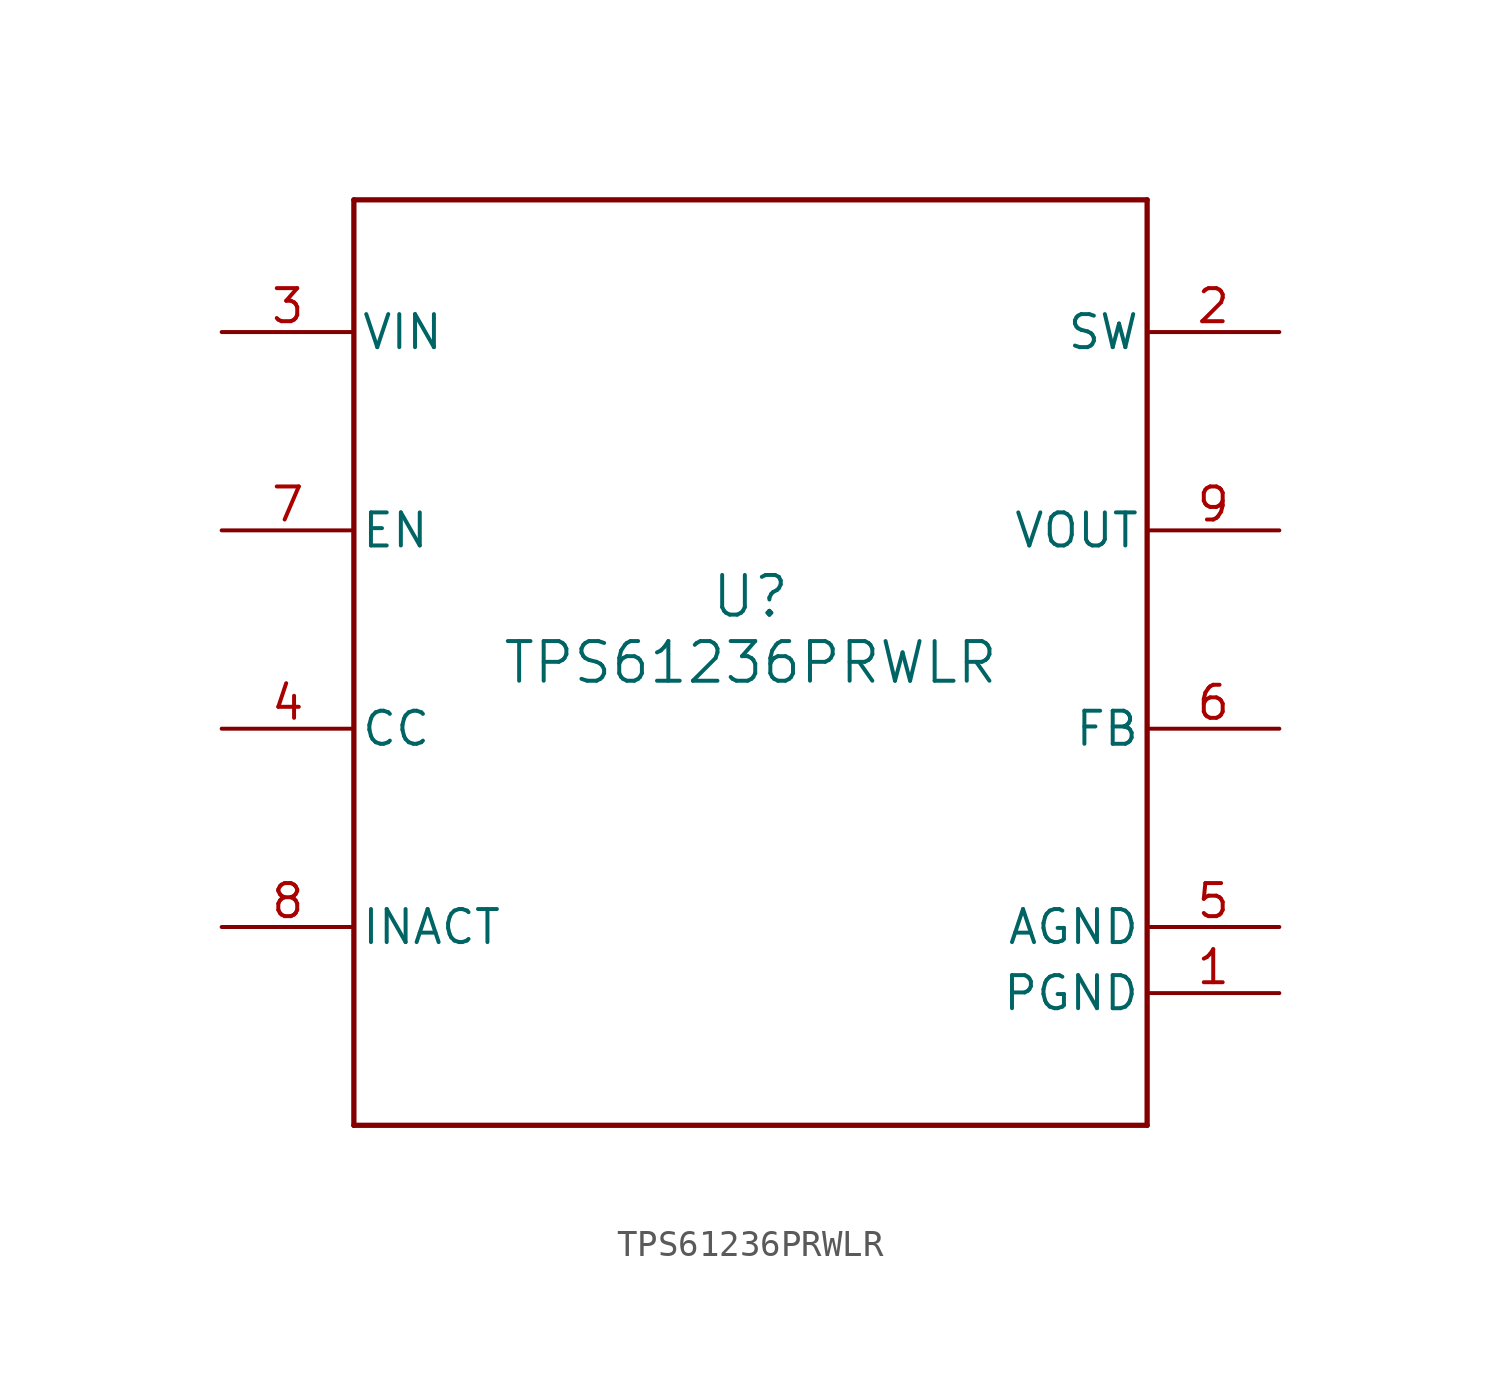
<source format=kicad_sym>
(kicad_symbol_lib
  (version 20211014)
  (generator kicad_symbol_editor)
  (symbol "TPS61236PRWLR"
    (pin_names
      (offset 0.254))
    (property "Reference" "U"
      (at 0 2.54 0)
      (effects (font (size 1.524 1.524))))
    (property "Value" "TPS61236PRWLR"
      (at 0 0 0)
      (effects (font (size 1.524 1.524))))
    (symbol "TPS61236PRWLR_0_1"
      (polyline (pts (xy -15.24 -17.78) (xy 15.24 -17.78)) (stroke (width 0.203) (type default) (color 0 0 0 0)) (fill (type none)))
      (polyline (pts (xy 15.24 -17.78) (xy 15.24 17.78)) (stroke (width 0.203) (type default) (color 0 0 0 0)) (fill (type none)))
      (polyline (pts (xy 15.24 17.78) (xy -15.24 17.78)) (stroke (width 0.203) (type default) (color 0 0 0 0)) (fill (type none)))
      (polyline (pts (xy -15.24 17.78) (xy -15.24 -17.78)) (stroke (width 0.203) (type default) (color 0 0 0 0)) (fill (type none)))
      (pin power_in line (at 20.32 -12.7 180) (length 5.08) (name "PGND" (effects (font (size 1.27 1.27)))) (number "1" (effects (font (size 1.27 1.27)))))
      (pin power_in line (at 20.32 12.7 180) (length 5.08) (name "SW" (effects (font (size 1.27 1.27)))) (number "2" (effects (font (size 1.27 1.27)))))
      (pin power_in line (at -20.32 12.7 0) (length 5.08) (name "VIN" (effects (font (size 1.27 1.27)))) (number "3" (effects (font (size 1.27 1.27)))))
      (pin unspecified line (at -20.32 -2.54 0) (length 5.08) (name "CC" (effects (font (size 1.27 1.27)))) (number "4" (effects (font (size 1.27 1.27)))))
      (pin power_in line (at 20.32 -10.16 180) (length 5.08) (name "AGND" (effects (font (size 1.27 1.27)))) (number "5" (effects (font (size 1.27 1.27)))))
      (pin unspecified line (at 20.32 -2.54 180) (length 5.08) (name "FB" (effects (font (size 1.27 1.27)))) (number "6" (effects (font (size 1.27 1.27)))))
      (pin input line (at -20.32 5.08 0) (length 5.08) (name "EN" (effects (font (size 1.27 1.27)))) (number "7" (effects (font (size 1.27 1.27)))))
      (pin unspecified line (at -20.32 -10.16 0) (length 5.08) (name "INACT" (effects (font (size 1.27 1.27)))) (number "8" (effects (font (size 1.27 1.27)))))
      (pin power_in line (at 20.32 5.08 180) (length 5.08) (name "VOUT" (effects (font (size 1.27 1.27)))) (number "9" (effects (font (size 1.27 1.27))))))))
</source>
